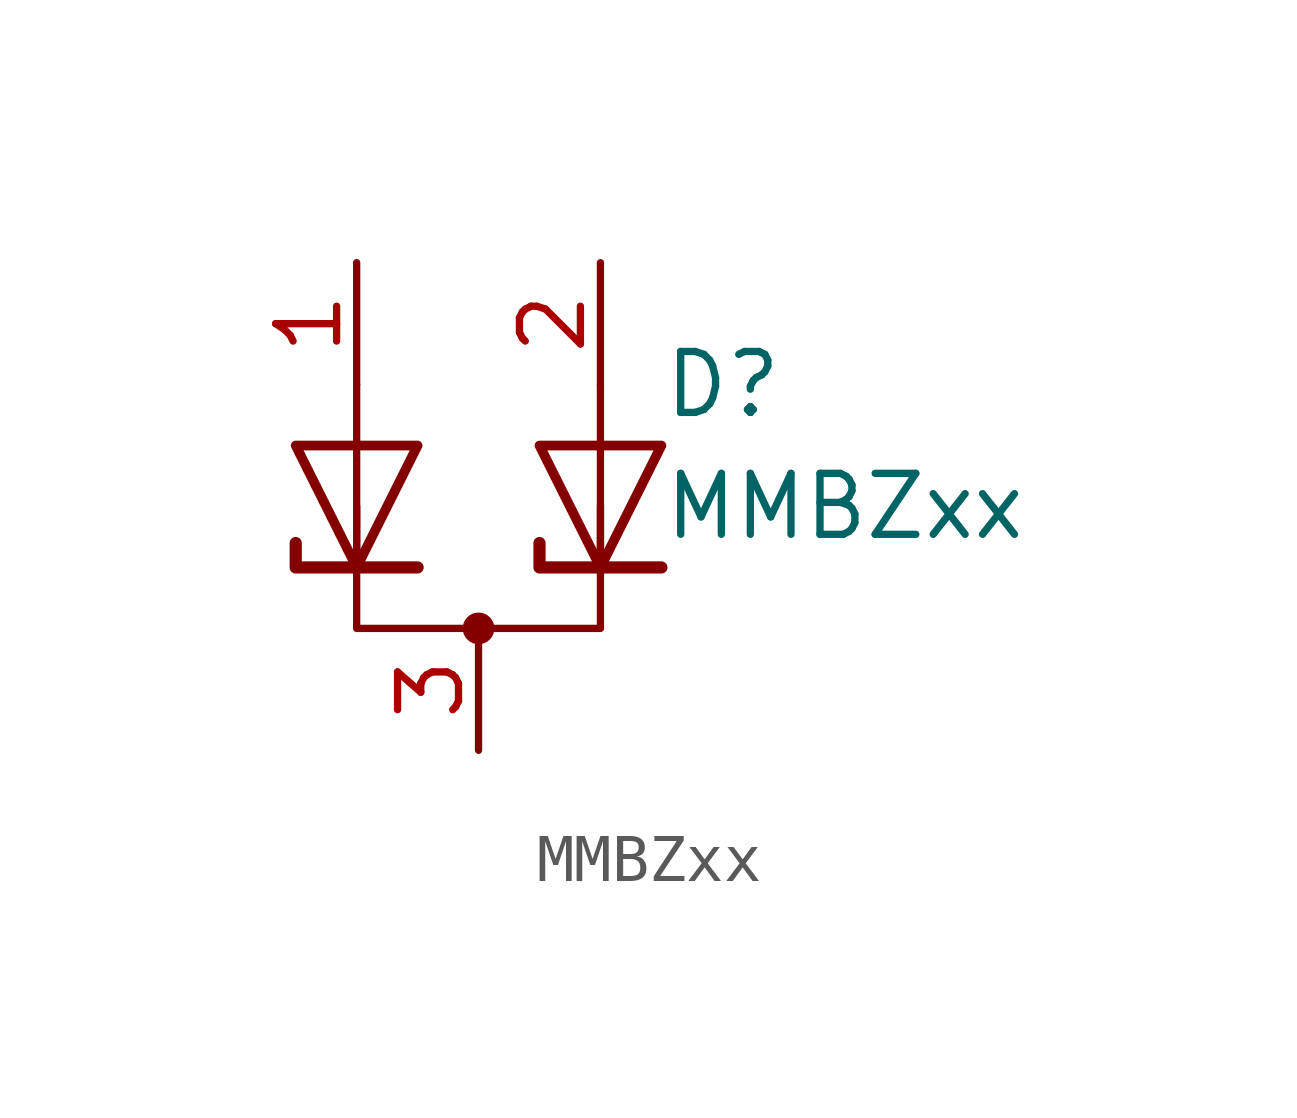
<source format=kicad_sym>
(kicad_symbol_lib
  (version 20231120)
  (generator "kicad_symbol_editor")
  (generator_version "8.0")
  (symbol "MMBZxx"
    (pin_names
      (offset 1.016) hide)
    (property "Reference" "D"
      (at 3.81 2.54 0)
      (effects (font (size 1.27 1.27)) (justify left)))
    (property "Value" "MMBZxx"
      (at 3.81 0 0)
      (effects (font (size 1.27 1.27)) (justify left)))
    (symbol "MMBZxx_0_1"
      (circle (center 0 -2.54) (radius 0.254) (stroke (width 0) (type default)) (fill (type outline)))
      (polyline (pts (xy -2.54 -1.27) (xy -2.54 2.54)) (stroke (width 0) (type default)) (fill (type none)))
      (polyline (pts (xy 2.54 -1.27) (xy 2.54 2.54)) (stroke (width 0) (type default)) (fill (type none)))
      (polyline (pts (xy -1.27 -1.27) (xy -3.81 -1.27) (xy -3.81 -0.762)) (stroke (width 0.254) (type default)) (fill (type none)))
      (polyline (pts (xy 3.81 -1.27) (xy 1.27 -1.27) (xy 1.27 -0.762)) (stroke (width 0.254) (type default)) (fill (type none)))
      (polyline (pts (xy -2.54 0) (xy -2.54 -2.54) (xy 2.54 -2.54) (xy 2.54 0)) (stroke (width 0) (type default)) (fill (type none))))
    (symbol "MMBZxx_1_1"
      (polyline (pts (xy -1.27 1.27) (xy -3.81 1.27) (xy -2.54 -1.27) (xy -1.27 1.27)) (stroke (width 0.203) (type default)) (fill (type none)))
      (polyline (pts (xy 3.81 1.27) (xy 1.27 1.27) (xy 2.54 -1.27) (xy 3.81 1.27)) (stroke (width 0.203) (type default)) (fill (type none)))
      (pin passive line (at -2.54 5.08 270) (length 2.54) (name "K" (effects (font (size 1.27 1.27)))) (number "1" (effects (font (size 1.27 1.27)))))
      (pin passive line (at 2.54 5.08 270) (length 2.54) (name "K" (effects (font (size 1.27 1.27)))) (number "2" (effects (font (size 1.27 1.27)))))
      (pin passive line (at 0 -5.08 90) (length 2.54) (name "A" (effects (font (size 1.27 1.27)))) (number "3" (effects (font (size 1.27 1.27))))))))
</source>
